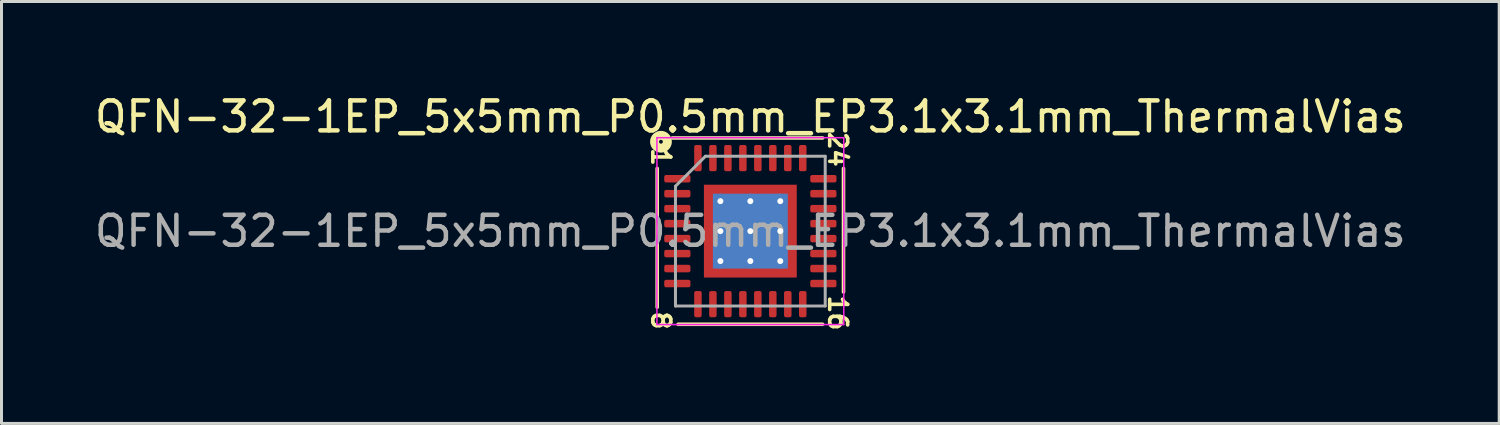
<source format=kicad_pcb>
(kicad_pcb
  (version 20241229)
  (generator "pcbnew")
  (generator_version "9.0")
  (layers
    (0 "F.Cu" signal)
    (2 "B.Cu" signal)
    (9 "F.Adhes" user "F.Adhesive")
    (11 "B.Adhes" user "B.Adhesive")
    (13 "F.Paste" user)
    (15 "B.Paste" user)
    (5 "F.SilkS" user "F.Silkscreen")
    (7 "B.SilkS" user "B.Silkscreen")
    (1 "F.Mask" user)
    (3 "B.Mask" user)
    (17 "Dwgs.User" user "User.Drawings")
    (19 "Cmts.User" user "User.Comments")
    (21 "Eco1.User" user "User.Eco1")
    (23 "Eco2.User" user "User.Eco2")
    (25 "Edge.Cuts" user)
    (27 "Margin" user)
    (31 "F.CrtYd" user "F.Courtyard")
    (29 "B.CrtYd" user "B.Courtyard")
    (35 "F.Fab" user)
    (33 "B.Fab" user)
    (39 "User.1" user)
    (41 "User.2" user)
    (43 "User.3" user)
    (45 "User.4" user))
  (footprint "QFN-32-1EP_5x5mm_P0.5mm_EP3.1x3.1mm_ThermalVias"
    (layer "F.Cu")
    (at 22.006 4.668)
    (property "Reference" "QFN-32-1EP_5x5mm_P0.5mm_EP3.1x3.1mm_ThermalVias" (at 0 -3.82 0) (layer "F.SilkS") (effects (font (size 1 1) (thickness 0.15))))
    (attr smd)
    (fp_line (start -3.111 -2.095) (end -3.111 2.54) (stroke (width 0.12) (type solid)) (layer "F.SilkS"))
    (fp_line (start -2.413 3.111) (end 2.413 3.111) (stroke (width 0.12) (type solid)) (layer "F.SilkS"))
    (fp_line (start 2.413 -3.111) (end -2.603 -3.111) (stroke (width 0.12) (type solid)) (layer "F.SilkS"))
    (fp_line (start 3.111 2.032) (end 3.111 -2.095) (stroke (width 0.12) (type solid)) (layer "F.SilkS"))
    (fp_circle (center -2.985 -2.985) (end -2.921 -2.985) (stroke (width 0.3) (type solid)) (fill no) (layer "F.SilkS"))
    (fp_line (start -3.12 -3.12) (end -3.12 3.12) (stroke (width 0.05) (type solid)) (layer "F.CrtYd"))
    (fp_line (start -3.12 3.12) (end 3.12 3.12) (stroke (width 0.05) (type solid)) (layer "F.CrtYd"))
    (fp_line (start 3.12 -3.12) (end -3.12 -3.12) (stroke (width 0.05) (type solid)) (layer "F.CrtYd"))
    (fp_line (start 3.12 3.12) (end 3.12 -3.12) (stroke (width 0.05) (type solid)) (layer "F.CrtYd"))
    (fp_line (start -2.5 -1.5) (end -1.5 -2.5) (stroke (width 0.1) (type solid)) (layer "F.Fab"))
    (fp_line (start -2.5 2.5) (end -2.5 -1.5) (stroke (width 0.1) (type solid)) (layer "F.Fab"))
    (fp_line (start -1.5 -2.5) (end 2.5 -2.5) (stroke (width 0.1) (type solid)) (layer "F.Fab"))
    (fp_line (start 2.5 -2.5) (end 2.5 2.5) (stroke (width 0.1) (type solid)) (layer "F.Fab"))
    (fp_line (start 2.5 2.5) (end -2.5 2.5) (stroke (width 0.1) (type solid)) (layer "F.Fab"))
    (fp_text user "1" (at -2.985 -2.477 270) (unlocked yes) (layer "F.SilkS") (effects (font (size 0.6 0.6) (thickness 0.12))))
    (fp_text user "8" (at -2.985 2.985 270) (unlocked yes) (layer "F.SilkS") (effects (font (size 0.6 0.6) (thickness 0.12))))
    (fp_text user "16" (at 2.921 2.731 270) (unlocked yes) (layer "F.SilkS") (effects (font (size 0.6 0.6) (thickness 0.12))))
    (fp_text user "24" (at 2.921 -2.731 270) (unlocked yes) (layer "F.SilkS") (effects (font (size 0.6 0.6) (thickness 0.12))))
    (fp_text user "${REFERENCE}" (at 0 0 0) (layer "F.Fab") (effects (font (size 1 1) (thickness 0.15))))
    (pad "" smd custom (at -1.275 -1.275) (size 0.319 0.319) (layers "F.Paste") (options (anchor circle)) (primitives (gr_poly (pts (xy -0.111 -0.111) (xy 0.111 -0.111) (xy 0.111 -0.000473) (xy -0.000473 0.111) (xy -0.111 0.111)) (width 0.222) (fill yes))))
    (pad "" smd custom (at -1.275 -0.5) (size 0.35 0.35) (layers "F.Paste") (options (anchor circle)) (primitives (gr_poly (pts (xy -0.128 -0.309) (xy 0.05 -0.309) (xy 0.128 -0.232) (xy 0.128 0.232) (xy 0.05 0.309) (xy -0.128 0.309)) (width 0.188) (fill yes))))
    (pad "" smd custom (at -1.275 0.5) (size 0.35 0.35) (layers "F.Paste") (options (anchor circle)) (primitives (gr_poly (pts (xy -0.128 -0.309) (xy 0.05 -0.309) (xy 0.128 -0.232) (xy 0.128 0.232) (xy 0.05 0.309) (xy -0.128 0.309)) (width 0.188) (fill yes))))
    (pad "" smd custom (at -1.275 1.275) (size 0.319 0.319) (layers "F.Paste") (options (anchor circle)) (primitives (gr_poly (pts (xy -0.111 -0.111) (xy -0.000473 -0.111) (xy 0.111 0.000473) (xy 0.111 0.111) (xy -0.111 0.111)) (width 0.222) (fill yes))))
    (pad "" smd custom (at -0.5 -1.275) (size 0.35 0.35) (layers "F.Paste") (options (anchor circle)) (primitives (gr_poly (pts (xy -0.309 -0.128) (xy 0.309 -0.128) (xy 0.309 0.05) (xy 0.232 0.128) (xy -0.232 0.128) (xy -0.309 0.05)) (width 0.188) (fill yes))))
    (pad "" smd roundrect (at -0.5 -0.5) (size 0.806 0.806) (layers "F.Paste") (roundrect_rratio 0.25))
    (pad "" smd roundrect (at -0.5 0.5) (size 0.806 0.806) (layers "F.Paste") (roundrect_rratio 0.25))
    (pad "" smd custom (at -0.5 1.275) (size 0.35 0.35) (layers "F.Paste") (options (anchor circle)) (primitives (gr_poly (pts (xy -0.309 -0.05) (xy -0.232 -0.128) (xy 0.232 -0.128) (xy 0.309 -0.05) (xy 0.309 0.128) (xy -0.309 0.128)) (width 0.188) (fill yes))))
    (pad "" smd custom (at 0.5 -1.275) (size 0.35 0.35) (layers "F.Paste") (options (anchor circle)) (primitives (gr_poly (pts (xy -0.309 -0.128) (xy 0.309 -0.128) (xy 0.309 0.05) (xy 0.232 0.128) (xy -0.232 0.128) (xy -0.309 0.05)) (width 0.188) (fill yes))))
    (pad "" smd roundrect (at 0.5 -0.5) (size 0.806 0.806) (layers "F.Paste") (roundrect_rratio 0.25))
    (pad "" smd roundrect (at 0.5 0.5) (size 0.806 0.806) (layers "F.Paste") (roundrect_rratio 0.25))
    (pad "" smd custom (at 0.5 1.275) (size 0.35 0.35) (layers "F.Paste") (options (anchor circle)) (primitives (gr_poly (pts (xy -0.309 -0.05) (xy -0.232 -0.128) (xy 0.232 -0.128) (xy 0.309 -0.05) (xy 0.309 0.128) (xy -0.309 0.128)) (width 0.188) (fill yes))))
    (pad "" smd custom (at 1.275 -1.275) (size 0.319 0.319) (layers "F.Paste") (options (anchor circle)) (primitives (gr_poly (pts (xy -0.111 -0.111) (xy 0.111 -0.111) (xy 0.111 0.111) (xy 0.000473 0.111) (xy -0.111 -0.000473)) (width 0.222) (fill yes))))
    (pad "" smd custom (at 1.275 -0.5) (size 0.35 0.35) (layers "F.Paste") (options (anchor circle)) (primitives (gr_poly (pts (xy -0.128 -0.232) (xy -0.05 -0.309) (xy 0.128 -0.309) (xy 0.128 0.309) (xy -0.05 0.309) (xy -0.128 0.232)) (width 0.188) (fill yes))))
    (pad "" smd custom (at 1.275 0.5) (size 0.35 0.35) (layers "F.Paste") (options (anchor circle)) (primitives (gr_poly (pts (xy -0.128 -0.232) (xy -0.05 -0.309) (xy 0.128 -0.309) (xy 0.128 0.309) (xy -0.05 0.309) (xy -0.128 0.232)) (width 0.188) (fill yes))))
    (pad "" smd custom (at 1.275 1.275) (size 0.319 0.319) (layers "F.Paste") (options (anchor circle)) (primitives (gr_poly (pts (xy -0.111 0.000473) (xy 0.000473 -0.111) (xy 0.111 -0.111) (xy 0.111 0.111) (xy -0.111 0.111)) (width 0.222) (fill yes))))
    (pad "1" smd roundrect (at -2.438 -1.75) (size 0.875 0.25) (layers "F.Cu" "F.Mask" "F.Paste") (roundrect_rratio 0.25))
    (pad "2" smd roundrect (at -2.438 -1.25) (size 0.875 0.25) (layers "F.Cu" "F.Mask" "F.Paste") (roundrect_rratio 0.25))
    (pad "3" smd roundrect (at -2.438 -0.75) (size 0.875 0.25) (layers "F.Cu" "F.Mask" "F.Paste") (roundrect_rratio 0.25))
    (pad "4" smd roundrect (at -2.438 -0.25) (size 0.875 0.25) (layers "F.Cu" "F.Mask" "F.Paste") (roundrect_rratio 0.25))
    (pad "5" smd roundrect (at -2.438 0.25) (size 0.875 0.25) (layers "F.Cu" "F.Mask" "F.Paste") (roundrect_rratio 0.25))
    (pad "6" smd roundrect (at -2.438 0.75) (size 0.875 0.25) (layers "F.Cu" "F.Mask" "F.Paste") (roundrect_rratio 0.25))
    (pad "7" smd roundrect (at -2.438 1.25) (size 0.875 0.25) (layers "F.Cu" "F.Mask" "F.Paste") (roundrect_rratio 0.25))
    (pad "8" smd roundrect (at -2.438 1.75) (size 0.875 0.25) (layers "F.Cu" "F.Mask" "F.Paste") (roundrect_rratio 0.25))
    (pad "9" smd roundrect (at -1.75 2.438) (size 0.25 0.875) (layers "F.Cu" "F.Mask" "F.Paste") (roundrect_rratio 0.25))
    (pad "10" smd roundrect (at -1.25 2.438) (size 0.25 0.875) (layers "F.Cu" "F.Mask" "F.Paste") (roundrect_rratio 0.25))
    (pad "11" smd roundrect (at -0.75 2.438) (size 0.25 0.875) (layers "F.Cu" "F.Mask" "F.Paste") (roundrect_rratio 0.25))
    (pad "12" smd roundrect (at -0.25 2.438) (size 0.25 0.875) (layers "F.Cu" "F.Mask" "F.Paste") (roundrect_rratio 0.25))
    (pad "13" smd roundrect (at 0.25 2.438) (size 0.25 0.875) (layers "F.Cu" "F.Mask" "F.Paste") (roundrect_rratio 0.25))
    (pad "14" smd roundrect (at 0.75 2.438) (size 0.25 0.875) (layers "F.Cu" "F.Mask" "F.Paste") (roundrect_rratio 0.25))
    (pad "15" smd roundrect (at 1.25 2.438) (size 0.25 0.875) (layers "F.Cu" "F.Mask" "F.Paste") (roundrect_rratio 0.25))
    (pad "16" smd roundrect (at 1.75 2.438) (size 0.25 0.875) (layers "F.Cu" "F.Mask" "F.Paste") (roundrect_rratio 0.25))
    (pad "17" smd roundrect (at 2.438 1.75) (size 0.875 0.25) (layers "F.Cu" "F.Mask" "F.Paste") (roundrect_rratio 0.25))
    (pad "18" smd roundrect (at 2.438 1.25) (size 0.875 0.25) (layers "F.Cu" "F.Mask" "F.Paste") (roundrect_rratio 0.25))
    (pad "19" smd roundrect (at 2.438 0.75) (size 0.875 0.25) (layers "F.Cu" "F.Mask" "F.Paste") (roundrect_rratio 0.25))
    (pad "20" smd roundrect (at 2.438 0.25) (size 0.875 0.25) (layers "F.Cu" "F.Mask" "F.Paste") (roundrect_rratio 0.25))
    (pad "21" smd roundrect (at 2.438 -0.25) (size 0.875 0.25) (layers "F.Cu" "F.Mask" "F.Paste") (roundrect_rratio 0.25))
    (pad "22" smd roundrect (at 2.438 -0.75) (size 0.875 0.25) (layers "F.Cu" "F.Mask" "F.Paste") (roundrect_rratio 0.25))
    (pad "23" smd roundrect (at 2.438 -1.25) (size 0.875 0.25) (layers "F.Cu" "F.Mask" "F.Paste") (roundrect_rratio 0.25))
    (pad "24" smd roundrect (at 2.438 -1.75) (size 0.875 0.25) (layers "F.Cu" "F.Mask" "F.Paste") (roundrect_rratio 0.25))
    (pad "25" smd roundrect (at 1.75 -2.438) (size 0.25 0.875) (layers "F.Cu" "F.Mask" "F.Paste") (roundrect_rratio 0.25))
    (pad "26" smd roundrect (at 1.25 -2.438) (size 0.25 0.875) (layers "F.Cu" "F.Mask" "F.Paste") (roundrect_rratio 0.25))
    (pad "27" smd roundrect (at 0.75 -2.438) (size 0.25 0.875) (layers "F.Cu" "F.Mask" "F.Paste") (roundrect_rratio 0.25))
    (pad "28" smd roundrect (at 0.25 -2.438) (size 0.25 0.875) (layers "F.Cu" "F.Mask" "F.Paste") (roundrect_rratio 0.25))
    (pad "29" smd roundrect (at -0.25 -2.438) (size 0.25 0.875) (layers "F.Cu" "F.Mask" "F.Paste") (roundrect_rratio 0.25))
    (pad "30" smd roundrect (at -0.75 -2.438) (size 0.25 0.875) (layers "F.Cu" "F.Mask" "F.Paste") (roundrect_rratio 0.25))
    (pad "31" smd roundrect (at -1.25 -2.438) (size 0.25 0.875) (layers "F.Cu" "F.Mask" "F.Paste") (roundrect_rratio 0.25))
    (pad "32" smd roundrect (at -1.75 -2.438) (size 0.25 0.875) (layers "F.Cu" "F.Mask" "F.Paste") (roundrect_rratio 0.25))
    (pad "33" thru_hole circle (at -1 -1) (size 0.5 0.5) (drill 0.2) (layers "*.Cu"))
    (pad "33" thru_hole circle (at -1 0) (size 0.5 0.5) (drill 0.2) (layers "*.Cu"))
    (pad "33" thru_hole circle (at -1 1) (size 0.5 0.5) (drill 0.2) (layers "*.Cu"))
    (pad "33" thru_hole circle (at 0 -1) (size 0.5 0.5) (drill 0.2) (layers "*.Cu"))
    (pad "33" thru_hole circle (at 0 0) (size 0.5 0.5) (drill 0.2) (layers "*.Cu"))
    (pad "33" smd rect (at 0 0) (size 2.5 2.5) (layers "B.Cu" "B.Mask"))
    (pad "33" smd rect (at 0 0) (size 3.1 3.1) (layers "F.Cu" "F.Mask"))
    (pad "33" thru_hole circle (at 0 1) (size 0.5 0.5) (drill 0.2) (layers "*.Cu"))
    (pad "33" thru_hole circle (at 1 -1) (size 0.5 0.5) (drill 0.2) (layers "*.Cu"))
    (pad "33" thru_hole circle (at 1 0) (size 0.5 0.5) (drill 0.2) (layers "*.Cu"))
    (pad "33" thru_hole circle (at 1 1) (size 0.5 0.5) (drill 0.2) (layers "*.Cu")))
  (gr_rect
    (start -3 -3)
    (end 47.012 11.09)
    (stroke (width 0.1) (type default))
    (fill no)
    (layer "Edge.Cuts")))
</source>
